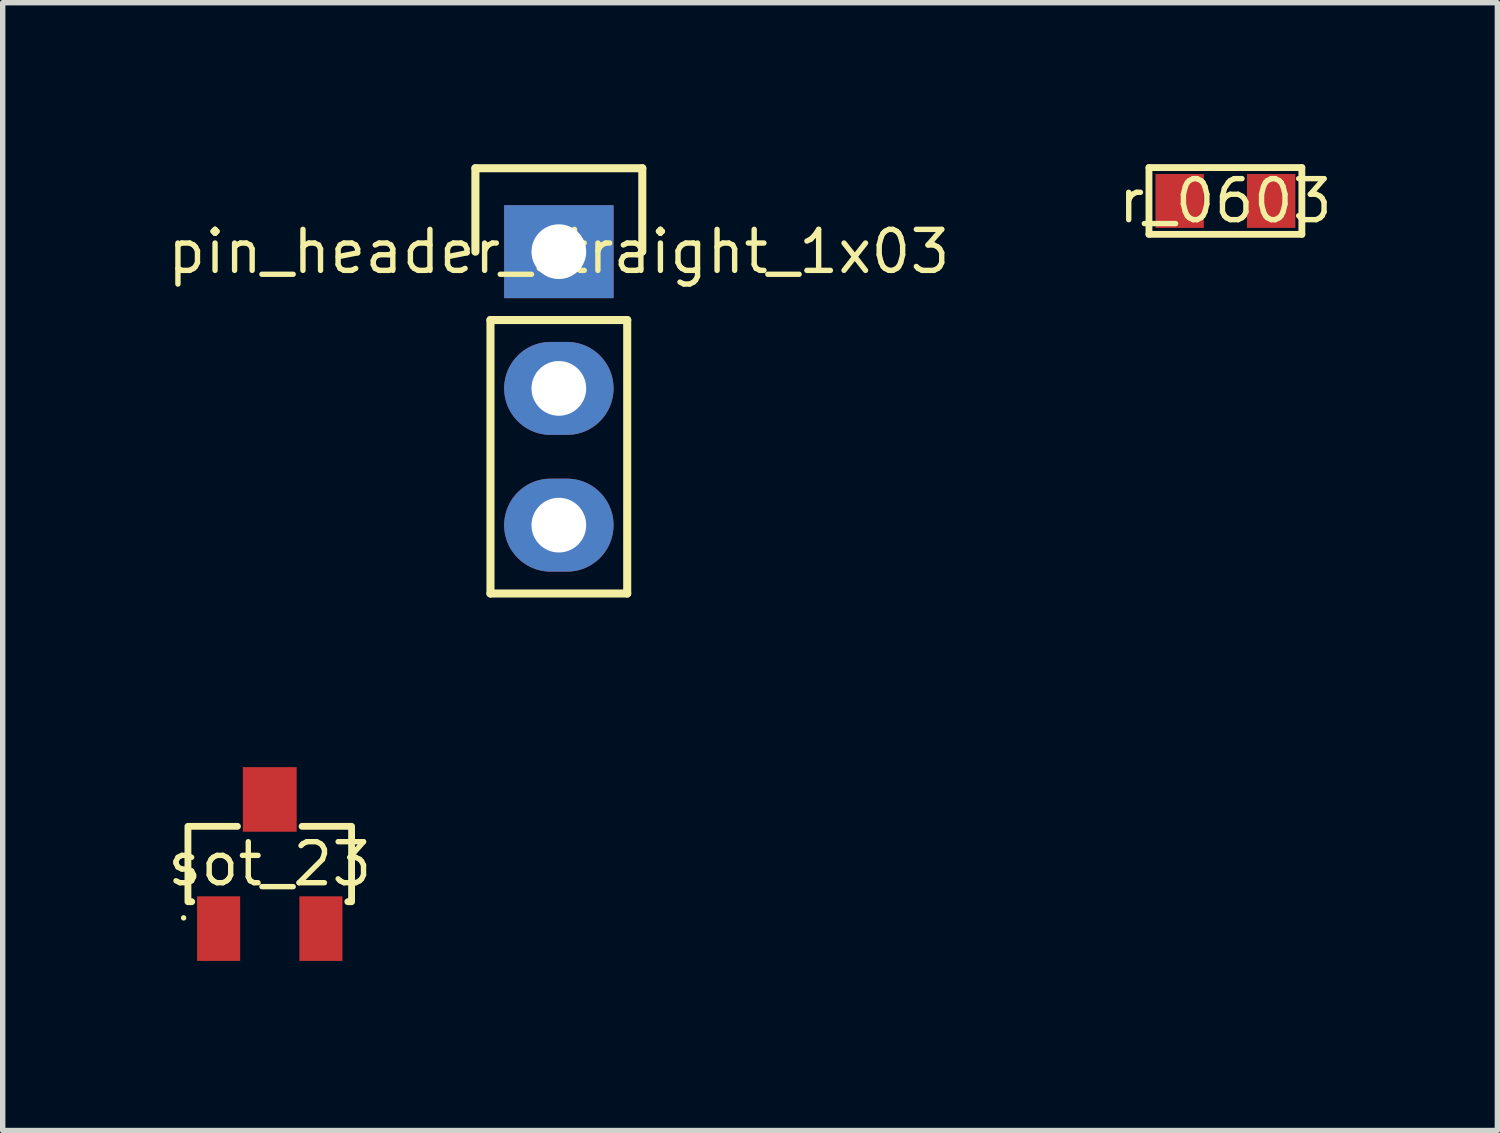
<source format=kicad_pcb>
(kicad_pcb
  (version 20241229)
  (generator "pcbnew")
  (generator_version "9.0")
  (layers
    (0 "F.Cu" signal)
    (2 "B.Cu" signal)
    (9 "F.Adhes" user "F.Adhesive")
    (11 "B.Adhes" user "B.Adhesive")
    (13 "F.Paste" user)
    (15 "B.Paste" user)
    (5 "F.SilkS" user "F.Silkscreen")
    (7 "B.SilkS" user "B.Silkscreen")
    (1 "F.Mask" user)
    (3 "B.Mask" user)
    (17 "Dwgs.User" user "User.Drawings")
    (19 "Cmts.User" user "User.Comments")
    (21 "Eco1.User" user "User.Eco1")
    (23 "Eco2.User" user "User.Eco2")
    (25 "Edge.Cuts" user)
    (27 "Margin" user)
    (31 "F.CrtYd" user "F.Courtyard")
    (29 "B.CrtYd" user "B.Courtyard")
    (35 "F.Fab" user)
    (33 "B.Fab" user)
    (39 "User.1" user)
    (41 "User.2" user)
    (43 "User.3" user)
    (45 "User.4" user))
  (footprint "sot_23"
    (layer "F.Cu")
    (at 1.961 13)
    (property "Reference" "sot_23" (at 0 0 0) (layer "F.SilkS") (effects (font (size 0.762 0.762) (thickness 0.1))))
    (attr through_hole)
    (fp_poly (pts (xy -1.5 1.95) (xy -0.4 1.95) (xy -0.4 0.45) (xy -1.5 0.45)) (stroke (width 0) (type solid)) (fill yes) (layer "F.Mask"))
    (fp_poly (pts (xy -0.65 -0.45) (xy 0.65 -0.45) (xy 0.65 -1.95) (xy -0.65 -1.95)) (stroke (width 0) (type solid)) (fill yes) (layer "F.Mask"))
    (fp_poly (pts (xy 0.4 1.95) (xy 1.5 1.95) (xy 1.5 0.45) (xy 0.4 0.45)) (stroke (width 0) (type solid)) (fill yes) (layer "F.Mask"))
    (fp_line (start -1.52 0.7) (end -1.52 -0.7) (stroke (width 0.127) (type solid)) (layer "F.SilkS"))
    (fp_line (start -1.499 -0.7) (end -0.6 -0.7) (stroke (width 0.127) (type solid)) (layer "F.SilkS"))
    (fp_line (start -1.45 0.7) (end -1.499 0.7) (stroke (width 0.127) (type solid)) (layer "F.SilkS"))
    (fp_line (start 0.6 -0.7) (end 1.499 -0.7) (stroke (width 0.127) (type solid)) (layer "F.SilkS"))
    (fp_line (start 1.499 0.7) (end 1.45 0.7) (stroke (width 0.127) (type solid)) (layer "F.SilkS"))
    (fp_line (start 1.52 -0.7) (end 1.52 0.7) (stroke (width 0.127) (type solid)) (layer "F.SilkS"))
    (fp_poly (pts (xy -1.55 1) (xy -1.551 0.99) (xy -1.554 0.981) (xy -1.558 0.972) (xy -1.565 0.965) (xy -1.572 0.958) (xy -1.581 0.954) (xy -1.59 0.951) (xy -1.6 0.95) (xy -1.61 0.951) (xy -1.619 0.954) (xy -1.628 0.958) (xy -1.635 0.965) (xy -1.642 0.972) (xy -1.646 0.981) (xy -1.649 0.99) (xy -1.65 1) (xy -1.649 1.01) (xy -1.646 1.019) (xy -1.642 1.028) (xy -1.635 1.035) (xy -1.628 1.042) (xy -1.619 1.046) (xy -1.61 1.049) (xy -1.6 1.05) (xy -1.59 1.049) (xy -1.581 1.046) (xy -1.572 1.042) (xy -1.565 1.035) (xy -1.558 1.028) (xy -1.554 1.019) (xy -1.551 1.01)) (stroke (width 0) (type solid)) (fill yes) (layer "F.SilkS"))
    (pad "1" smd rect (at -0.95 1.2) (size 0.8 1.2) (layers "F.Cu" "F.Paste"))
    (pad "2" smd rect (at 0.95 1.2) (size 0.8 1.2) (layers "F.Cu" "F.Paste"))
    (pad "3" smd rect (at 0 -1.2) (size 1 1.2) (layers "F.Cu" "F.Paste")))
  (footprint "pin_header_straight_1x03"
    (layer "F.Cu")
    (at 7.331 1.625)
    (property "Reference" "pin_header_straight_1x03" (at 0 0 0) (layer "F.SilkS") (effects (font (size 0.762 0.762) (thickness 0.1))))
    (attr through_hole)
    (fp_poly (pts (xy -1.166 1.014) (xy 1.166 1.014) (xy 1.166 -1.014) (xy -1.166 -1.014)) (stroke (width 0) (type solid)) (fill yes) (layer "F.Mask"))
    (fp_poly (pts (xy 0.152 3.554) (xy 0.35 3.534) (xy 0.54 3.476) (xy 0.716 3.383) (xy 0.869 3.257) (xy 0.995 3.103) (xy 1.089 2.928) (xy 1.147 2.738) (xy 1.166 2.54) (xy 1.147 2.342) (xy 1.089 2.152) (xy 0.995 1.977) (xy 0.869 1.823) (xy 0.716 1.697) (xy 0.54 1.604) (xy 0.35 1.546) (xy 0.152 1.526) (xy -0.152 1.526) (xy -0.35 1.546) (xy -0.54 1.604) (xy -0.716 1.697) (xy -0.869 1.823) (xy -0.995 1.977) (xy -1.089 2.152) (xy -1.147 2.342) (xy -1.166 2.54) (xy -1.147 2.738) (xy -1.089 2.928) (xy -0.995 3.103) (xy -0.869 3.257) (xy -0.716 3.383) (xy -0.54 3.476) (xy -0.35 3.534) (xy -0.152 3.554)) (stroke (width 0) (type solid)) (fill yes) (layer "F.Mask"))
    (fp_poly (pts (xy 0.152 6.094) (xy 0.35 6.074) (xy 0.54 6.016) (xy 0.716 5.923) (xy 0.869 5.797) (xy 0.995 5.643) (xy 1.089 5.468) (xy 1.147 5.278) (xy 1.166 5.08) (xy 1.147 4.882) (xy 1.089 4.692) (xy 0.995 4.517) (xy 0.869 4.363) (xy 0.716 4.237) (xy 0.54 4.144) (xy 0.35 4.086) (xy 0.152 4.066) (xy -0.152 4.066) (xy -0.35 4.086) (xy -0.54 4.144) (xy -0.716 4.237) (xy -0.869 4.363) (xy -0.995 4.517) (xy -1.089 4.692) (xy -1.147 4.882) (xy -1.166 5.08) (xy -1.147 5.278) (xy -1.089 5.468) (xy -0.995 5.643) (xy -0.869 5.797) (xy -0.716 5.923) (xy -0.54 6.016) (xy -0.35 6.074) (xy -0.152 6.094)) (stroke (width 0) (type solid)) (fill yes) (layer "F.Mask"))
    (fp_poly (pts (xy -1.166 1.014) (xy 1.166 1.014) (xy 1.166 -1.014) (xy -1.166 -1.014)) (stroke (width 0) (type solid)) (fill yes) (layer "B.Mask"))
    (fp_poly (pts (xy 0.152 3.554) (xy 0.35 3.534) (xy 0.54 3.476) (xy 0.716 3.383) (xy 0.869 3.257) (xy 0.995 3.103) (xy 1.089 2.928) (xy 1.147 2.738) (xy 1.166 2.54) (xy 1.147 2.342) (xy 1.089 2.152) (xy 0.995 1.977) (xy 0.869 1.823) (xy 0.716 1.697) (xy 0.54 1.604) (xy 0.35 1.546) (xy 0.152 1.526) (xy -0.152 1.526) (xy -0.35 1.546) (xy -0.54 1.604) (xy -0.716 1.697) (xy -0.869 1.823) (xy -0.995 1.977) (xy -1.089 2.152) (xy -1.147 2.342) (xy -1.166 2.54) (xy -1.147 2.738) (xy -1.089 2.928) (xy -0.995 3.103) (xy -0.869 3.257) (xy -0.716 3.383) (xy -0.54 3.476) (xy -0.35 3.534) (xy -0.152 3.554)) (stroke (width 0) (type solid)) (fill yes) (layer "B.Mask"))
    (fp_poly (pts (xy 0.152 6.094) (xy 0.35 6.074) (xy 0.54 6.016) (xy 0.716 5.923) (xy 0.869 5.797) (xy 0.995 5.643) (xy 1.089 5.468) (xy 1.147 5.278) (xy 1.166 5.08) (xy 1.147 4.882) (xy 1.089 4.692) (xy 0.995 4.517) (xy 0.869 4.363) (xy 0.716 4.237) (xy 0.54 4.144) (xy 0.35 4.086) (xy 0.152 4.066) (xy -0.152 4.066) (xy -0.35 4.086) (xy -0.54 4.144) (xy -0.716 4.237) (xy -0.869 4.363) (xy -0.995 4.517) (xy -1.089 4.692) (xy -1.147 4.882) (xy -1.166 5.08) (xy -1.147 5.278) (xy -1.089 5.468) (xy -0.995 5.643) (xy -0.869 5.797) (xy -0.716 5.923) (xy -0.54 6.016) (xy -0.35 6.074) (xy -0.152 6.094)) (stroke (width 0) (type solid)) (fill yes) (layer "B.Mask"))
    (fp_line (start -1.55 -1.55) (end 1.55 -1.55) (stroke (width 0.15) (type solid)) (layer "F.SilkS"))
    (fp_line (start -1.55 0) (end -1.55 -1.55) (stroke (width 0.15) (type solid)) (layer "F.SilkS"))
    (fp_line (start -1.27 1.27) (end -1.27 6.35) (stroke (width 0.15) (type solid)) (layer "F.SilkS"))
    (fp_line (start -1.27 6.35) (end 1.27 6.35) (stroke (width 0.15) (type solid)) (layer "F.SilkS"))
    (fp_line (start 1.27 1.27) (end -1.27 1.27) (stroke (width 0.15) (type solid)) (layer "F.SilkS"))
    (fp_line (start 1.27 6.35) (end 1.27 1.27) (stroke (width 0.15) (type solid)) (layer "F.SilkS"))
    (fp_line (start 1.55 -1.55) (end 1.55 0) (stroke (width 0.15) (type solid)) (layer "F.SilkS"))
    (pad "1" thru_hole rect (at 0 0) (size 2.032 1.727) (drill 1.016) (layers "*.Cu"))
    (pad "2" thru_hole oval (at 0 2.54) (size 2.032 1.727) (drill 1.016) (layers "*.Cu"))
    (pad "3" thru_hole oval (at 0 5.08) (size 2.032 1.727) (drill 1.016) (layers "*.Cu")))
  (footprint "r_0603"
    (layer "F.Cu")
    (at 19.713 0.683)
    (property "Reference" "r_0603" (at 0 0 0) (layer "F.SilkS") (effects (font (size 0.762 0.762) (thickness 0.1))))
    (attr through_hole)
    (fp_poly (pts (xy -1.45 0.65) (xy -0.25 0.65) (xy -0.25 -0.65) (xy -1.45 -0.65)) (stroke (width 0) (type solid)) (fill yes) (layer "F.Mask"))
    (fp_poly (pts (xy 0.25 0.65) (xy 1.45 0.65) (xy 1.45 -0.65) (xy 0.25 -0.65)) (stroke (width 0) (type solid)) (fill yes) (layer "F.Mask"))
    (fp_line (start -1.42 -0.62) (end -1.42 0.62) (stroke (width 0.127) (type solid)) (layer "F.SilkS"))
    (fp_line (start -1.42 0.62) (end 1.42 0.62) (stroke (width 0.127) (type solid)) (layer "F.SilkS"))
    (fp_line (start 1.42 -0.62) (end -1.42 -0.62) (stroke (width 0.127) (type solid)) (layer "F.SilkS"))
    (fp_line (start 1.42 0.62) (end 1.42 -0.62) (stroke (width 0.127) (type solid)) (layer "F.SilkS"))
    (pad "1" smd rect (at -0.85 0) (size 0.899 1.001) (layers "F.Cu" "F.Paste"))
    (pad "2" smd rect (at 0.85 0) (size 0.899 1.001) (layers "F.Cu" "F.Paste")))
  (gr_rect
    (start -3 -3)
    (end 24.765 17.95)
    (stroke (width 0.1) (type default))
    (fill no)
    (layer "Edge.Cuts")))
</source>
